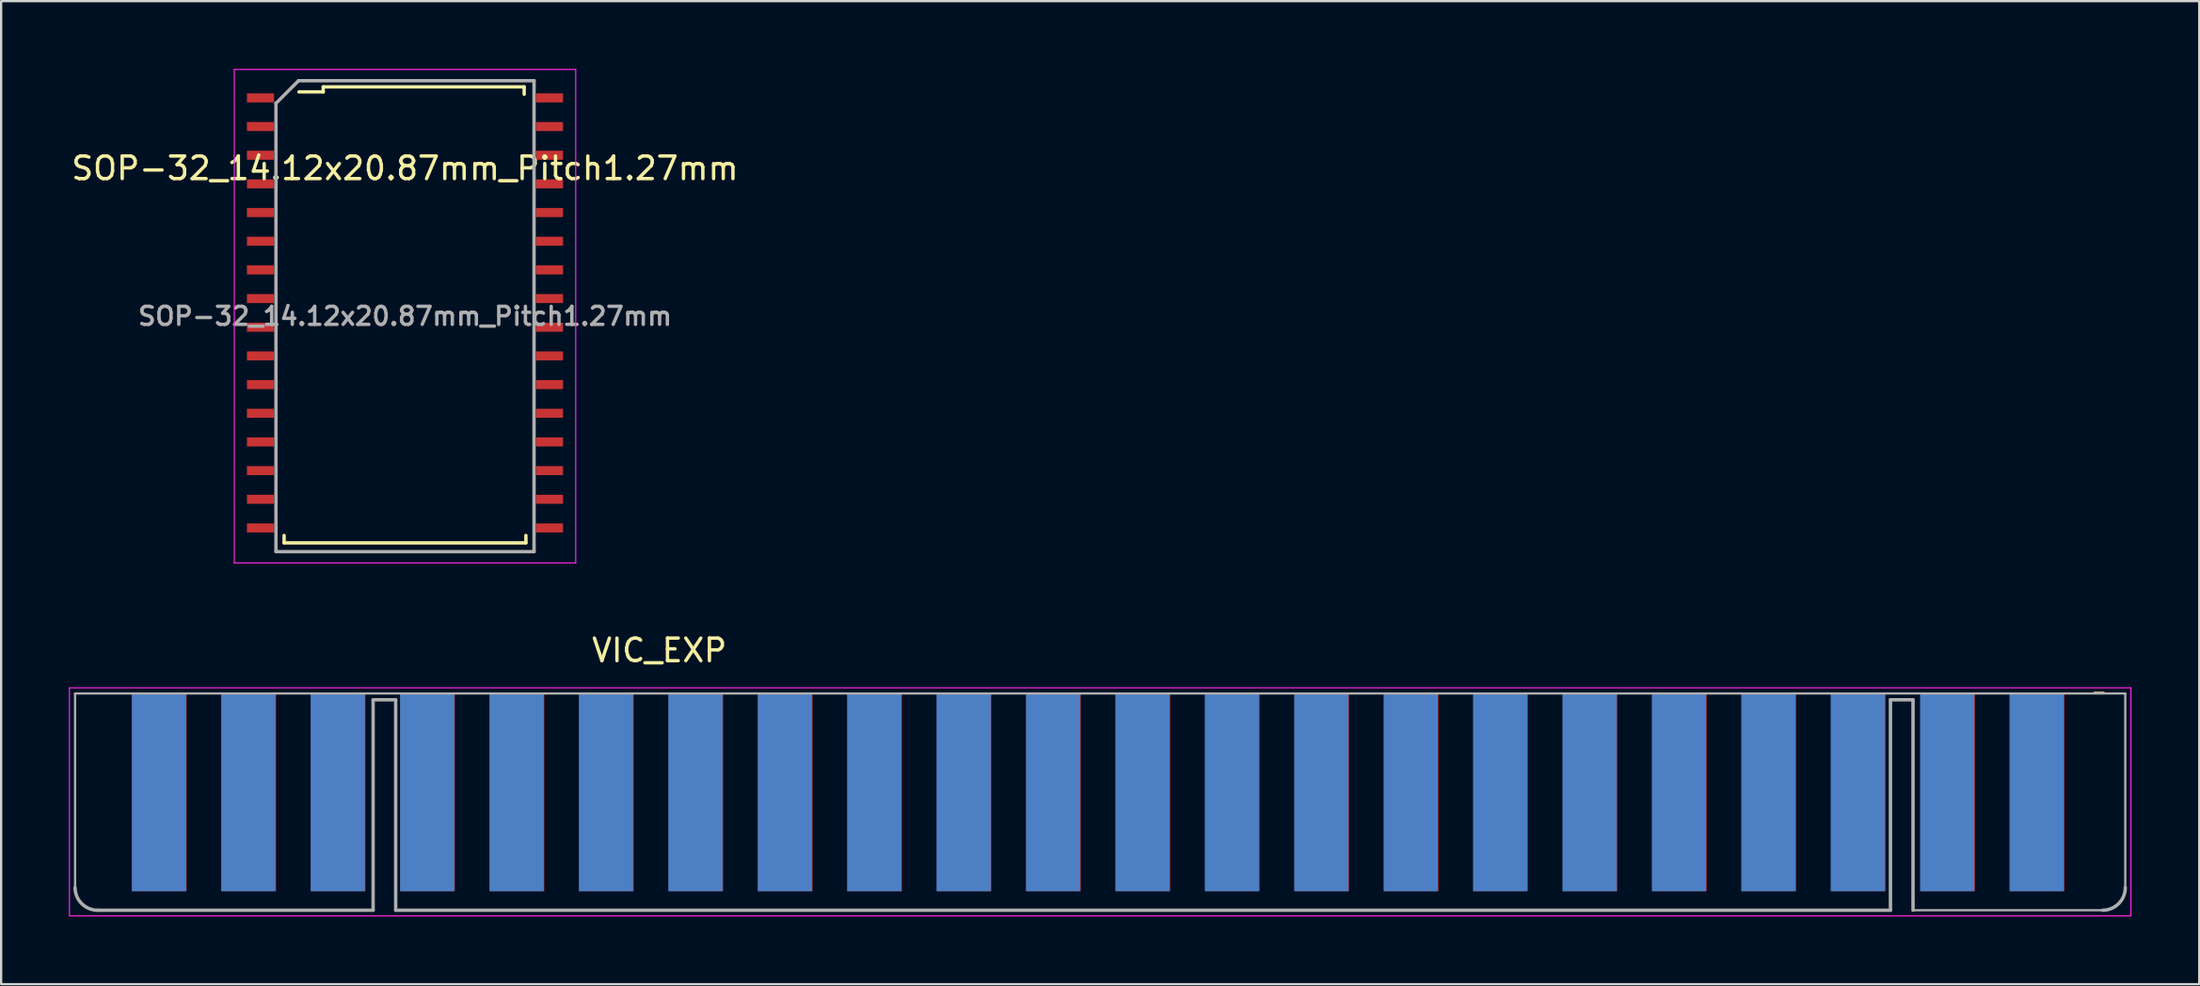
<source format=kicad_pcb>
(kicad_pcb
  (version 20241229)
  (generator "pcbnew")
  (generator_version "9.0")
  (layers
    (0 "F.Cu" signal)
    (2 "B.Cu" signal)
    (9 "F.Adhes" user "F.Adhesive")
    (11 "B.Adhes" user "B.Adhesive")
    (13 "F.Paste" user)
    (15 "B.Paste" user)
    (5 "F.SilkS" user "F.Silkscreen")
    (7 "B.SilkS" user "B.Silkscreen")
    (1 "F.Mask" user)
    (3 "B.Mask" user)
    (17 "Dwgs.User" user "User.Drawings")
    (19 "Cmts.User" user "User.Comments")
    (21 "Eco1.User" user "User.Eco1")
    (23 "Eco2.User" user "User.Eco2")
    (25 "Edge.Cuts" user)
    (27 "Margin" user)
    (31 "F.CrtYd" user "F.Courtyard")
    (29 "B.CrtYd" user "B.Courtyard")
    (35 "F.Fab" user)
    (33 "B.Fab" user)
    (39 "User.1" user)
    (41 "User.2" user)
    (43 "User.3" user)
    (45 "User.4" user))
  (footprint "VIC_EXP"
    (layer "F.Cu")
    (at 87.115 32.748)
    (property "Reference" "VIC_EXP" (at -60.96 -6.99 0) (layer "F.SilkS") (effects (font (size 1 1) (thickness 0.15))))
    (attr exclude_from_pos_files exclude_from_bom)
    (fp_line (start 2.6 -5.1) (end 3 -5.1) (stroke (width 0.12) (type solid)) (layer "F.SilkS"))
    (fp_line (start -87.09 -5.33) (end -87.09 4.77) (stroke (width 0.05) (type solid)) (layer "F.CrtYd"))
    (fp_line (start -87.09 -5.33) (end 4.21 -5.33) (stroke (width 0.05) (type solid)) (layer "F.CrtYd"))
    (fp_line (start 4.21 4.77) (end -87.09 4.77) (stroke (width 0.05) (type solid)) (layer "F.CrtYd"))
    (fp_line (start 4.21 4.77) (end 4.21 -5.33) (stroke (width 0.05) (type solid)) (layer "F.CrtYd"))
    (fp_line (start -86.84 -5.08) (end 3.96 -5.08) (stroke (width 0.1) (type solid)) (layer "F.Fab"))
    (fp_line (start -86.84 3.52) (end -86.84 -5.08) (stroke (width 0.1) (type solid)) (layer "F.Fab"))
    (fp_line (start -73.64 -4.8) (end -73.64 4.52) (stroke (width 0.15) (type solid)) (layer "F.Fab"))
    (fp_line (start -73.64 4.52) (end -85.84 4.52) (stroke (width 0.15) (type solid)) (layer "F.Fab"))
    (fp_line (start -72.64 -4.8) (end -73.64 -4.8) (stroke (width 0.15) (type solid)) (layer "F.Fab"))
    (fp_line (start -72.64 4.52) (end -72.64 -4.8) (stroke (width 0.15) (type solid)) (layer "F.Fab"))
    (fp_line (start -6.44 -4.8) (end -6.44 4.52) (stroke (width 0.15) (type solid)) (layer "F.Fab"))
    (fp_line (start -6.44 4.52) (end -72.64 4.52) (stroke (width 0.15) (type solid)) (layer "F.Fab"))
    (fp_line (start -5.44 -4.8) (end -6.44 -4.8) (stroke (width 0.15) (type solid)) (layer "F.Fab"))
    (fp_line (start -5.44 4.52) (end -5.44 -4.8) (stroke (width 0.15) (type solid)) (layer "F.Fab"))
    (fp_line (start 2.96 4.52) (end -5.44 4.52) (stroke (width 0.1) (type solid)) (layer "F.Fab"))
    (fp_line (start 3.96 -5.08) (end 3.96 3.52) (stroke (width 0.1) (type solid)) (layer "F.Fab"))
    (fp_arc (start -85.84 4.52) (mid -86.547107 4.227107) (end -86.84 3.52) (stroke (width 0.15) (type solid)) (layer "F.Fab"))
    (fp_arc (start 3.96 3.52) (mid 3.667107 4.227107) (end 2.96 4.52) (stroke (width 0.15) (type solid)) (layer "F.Fab"))
    (pad "1" connect rect (at 0.059 -0.724) (size 2.4 8.8) (layers "F.Cu" "F.Mask"))
    (pad "2" connect rect (at -3.901 -0.724) (size 2.4 8.8) (layers "F.Cu" "F.Mask"))
    (pad "3" connect rect (at -7.861 -0.724) (size 2.4 8.8) (layers "F.Cu" "F.Mask"))
    (pad "4" connect rect (at -11.821 -0.724) (size 2.4 8.8) (layers "F.Cu" "F.Mask"))
    (pad "5" connect rect (at -15.781 -0.724) (size 2.4 8.8) (layers "F.Cu" "F.Mask"))
    (pad "6" connect rect (at -19.741 -0.724) (size 2.4 8.8) (layers "F.Cu" "F.Mask"))
    (pad "7" connect rect (at -23.701 -0.724) (size 2.4 8.8) (layers "F.Cu" "F.Mask"))
    (pad "8" connect rect (at -27.661 -0.724) (size 2.4 8.8) (layers "F.Cu" "F.Mask"))
    (pad "9" connect rect (at -31.621 -0.724) (size 2.4 8.8) (layers "F.Cu" "F.Mask"))
    (pad "10" connect rect (at -35.581 -0.724) (size 2.4 8.8) (layers "F.Cu" "F.Mask"))
    (pad "11" connect rect (at -39.541 -0.724) (size 2.4 8.8) (layers "F.Cu" "F.Mask"))
    (pad "12" connect rect (at -43.501 -0.724) (size 2.4 8.8) (layers "F.Cu" "F.Mask"))
    (pad "13" connect rect (at -47.461 -0.724) (size 2.4 8.8) (layers "F.Cu" "F.Mask"))
    (pad "14" connect rect (at -51.421 -0.724) (size 2.4 8.8) (layers "F.Cu" "F.Mask"))
    (pad "15" connect rect (at -55.381 -0.724) (size 2.4 8.8) (layers "F.Cu" "F.Mask"))
    (pad "16" connect rect (at -59.341 -0.724) (size 2.4 8.8) (layers "F.Cu" "F.Mask"))
    (pad "17" connect rect (at -63.301 -0.724) (size 2.4 8.8) (layers "F.Cu" "F.Mask"))
    (pad "18" connect rect (at -67.261 -0.724) (size 2.4 8.8) (layers "F.Cu" "F.Mask"))
    (pad "19" connect rect (at -71.221 -0.724) (size 2.4 8.8) (layers "F.Cu" "F.Mask"))
    (pad "20" connect rect (at -75.181 -0.724) (size 2.4 8.8) (layers "F.Cu" "F.Mask"))
    (pad "21" connect rect (at -79.141 -0.724) (size 2.4 8.8) (layers "F.Cu" "F.Mask"))
    (pad "22" connect rect (at -83.101 -0.724) (size 2.4 8.8) (layers "F.Cu" "F.Mask"))
    (pad "A" connect rect (at 0.033 -0.719) (size 2.4 8.8) (layers "B.Cu" "B.Mask"))
    (pad "B" connect rect (at -3.927 -0.719) (size 2.4 8.8) (layers "B.Cu" "B.Mask"))
    (pad "C" connect rect (at -7.887 -0.719) (size 2.4 8.8) (layers "B.Cu" "B.Mask"))
    (pad "D" connect rect (at -11.847 -0.719) (size 2.4 8.8) (layers "B.Cu" "B.Mask"))
    (pad "E" connect rect (at -15.807 -0.719) (size 2.4 8.8) (layers "B.Cu" "B.Mask"))
    (pad "F" connect rect (at -19.767 -0.719) (size 2.4 8.8) (layers "B.Cu" "B.Mask"))
    (pad "H" connect rect (at -23.727 -0.719) (size 2.4 8.8) (layers "B.Cu" "B.Mask"))
    (pad "J" connect rect (at -27.687 -0.719) (size 2.4 8.8) (layers "B.Cu" "B.Mask"))
    (pad "K" connect rect (at -31.647 -0.719) (size 2.4 8.8) (layers "B.Cu" "B.Mask"))
    (pad "L" connect rect (at -35.607 -0.719) (size 2.4 8.8) (layers "B.Cu" "B.Mask"))
    (pad "M" connect rect (at -39.567 -0.719) (size 2.4 8.8) (layers "B.Cu" "B.Mask"))
    (pad "N" connect rect (at -43.527 -0.719) (size 2.4 8.8) (layers "B.Cu" "B.Mask"))
    (pad "P" connect rect (at -47.487 -0.719) (size 2.4 8.8) (layers "B.Cu" "B.Mask"))
    (pad "R" connect rect (at -51.447 -0.719) (size 2.4 8.8) (layers "B.Cu" "B.Mask"))
    (pad "S" connect rect (at -55.407 -0.719) (size 2.4 8.8) (layers "B.Cu" "B.Mask"))
    (pad "T" connect rect (at -59.367 -0.719) (size 2.4 8.8) (layers "B.Cu" "B.Mask"))
    (pad "U" connect rect (at -63.327 -0.719) (size 2.4 8.8) (layers "B.Cu" "B.Mask"))
    (pad "V" connect rect (at -67.287 -0.719) (size 2.4 8.8) (layers "B.Cu" "B.Mask"))
    (pad "W" connect rect (at -71.247 -0.719) (size 2.4 8.8) (layers "B.Cu" "B.Mask"))
    (pad "X" connect rect (at -75.207 -0.719) (size 2.4 8.8) (layers "B.Cu" "B.Mask"))
    (pad "Y" connect rect (at -79.167 -0.719) (size 2.4 8.8) (layers "B.Cu" "B.Mask"))
    (pad "Z" connect rect (at -83.127 -0.719) (size 2.4 8.8) (layers "B.Cu" "B.Mask")))
  (footprint "SOP-32_14.12x20.87mm_Pitch1.27mm"
    (layer "F.Cu")
    (at 14.887 10.955)
    (property "Reference" "SOP-32_14.12x20.87mm_Pitch1.27mm" (at 0 -6.55 0) (layer "F.SilkS") (effects (font (size 1 1) (thickness 0.15))))
    (attr smd)
    (fp_line (start -5.354 10.04) (end -5.354 9.715) (stroke (width 0.15) (type solid)) (layer "F.SilkS"))
    (fp_line (start -5.354 10.04) (end 5.354 10.04) (stroke (width 0.15) (type solid)) (layer "F.SilkS"))
    (fp_line (start -3.622 -10.159) (end -3.622 -9.934) (stroke (width 0.15) (type solid)) (layer "F.SilkS"))
    (fp_line (start -3.622 -10.156) (end 5.276 -10.156) (stroke (width 0.15) (type solid)) (layer "F.SilkS"))
    (fp_line (start -3.622 -9.934) (end -4.697 -9.934) (stroke (width 0.15) (type solid)) (layer "F.SilkS"))
    (fp_line (start 5.278 -10.156) (end 5.278 -9.831) (stroke (width 0.15) (type solid)) (layer "F.SilkS"))
    (fp_line (start 5.354 10.04) (end 5.354 9.715) (stroke (width 0.15) (type solid)) (layer "F.SilkS"))
    (fp_line (start -7.56 -10.93) (end -7.56 10.93) (stroke (width 0.05) (type solid)) (layer "F.CrtYd"))
    (fp_line (start -7.56 -10.93) (end 7.56 -10.93) (stroke (width 0.05) (type solid)) (layer "F.CrtYd"))
    (fp_line (start -7.56 10.93) (end 7.56 10.93) (stroke (width 0.05) (type solid)) (layer "F.CrtYd"))
    (fp_line (start 7.56 -10.93) (end 7.56 10.93) (stroke (width 0.05) (type solid)) (layer "F.CrtYd"))
    (fp_line (start -5.715 -9.43) (end -4.715 -10.43) (stroke (width 0.15) (type solid)) (layer "F.Fab"))
    (fp_line (start -5.715 10.43) (end -5.715 -9.43) (stroke (width 0.15) (type solid)) (layer "F.Fab"))
    (fp_line (start -4.715 -10.43) (end 5.715 -10.43) (stroke (width 0.15) (type solid)) (layer "F.Fab"))
    (fp_line (start 5.715 -10.43) (end 5.715 10.43) (stroke (width 0.15) (type solid)) (layer "F.Fab"))
    (fp_line (start 5.715 10.43) (end -5.715 10.43) (stroke (width 0.15) (type solid)) (layer "F.Fab"))
    (fp_text user "${REFERENCE}" (at 0 0 0) (layer "F.Fab") (effects (font (size 0.8 0.8) (thickness 0.15))))
    (pad "1" smd rect (at -6.4 -9.67) (size 1.2 0.4) (layers "F.Cu" "F.Mask" "F.Paste"))
    (pad "2" smd rect (at -6.4 -8.4) (size 1.2 0.4) (layers "F.Cu" "F.Mask" "F.Paste"))
    (pad "3" smd rect (at -6.4 -7.13) (size 1.2 0.4) (layers "F.Cu" "F.Mask" "F.Paste"))
    (pad "4" smd rect (at -6.4 -5.86) (size 1.2 0.4) (layers "F.Cu" "F.Mask" "F.Paste"))
    (pad "5" smd rect (at -6.4 -4.59) (size 1.2 0.4) (layers "F.Cu" "F.Mask" "F.Paste"))
    (pad "6" smd rect (at -6.4 -3.32) (size 1.2 0.4) (layers "F.Cu" "F.Mask" "F.Paste"))
    (pad "7" smd rect (at -6.4 -2.05) (size 1.2 0.4) (layers "F.Cu" "F.Mask" "F.Paste"))
    (pad "8" smd rect (at -6.4 -0.78) (size 1.2 0.4) (layers "F.Cu" "F.Mask" "F.Paste"))
    (pad "9" smd rect (at -6.4 0.49) (size 1.2 0.4) (layers "F.Cu" "F.Mask" "F.Paste"))
    (pad "10" smd rect (at -6.4 1.76) (size 1.2 0.4) (layers "F.Cu" "F.Mask" "F.Paste"))
    (pad "11" smd rect (at -6.4 3.03) (size 1.2 0.4) (layers "F.Cu" "F.Mask" "F.Paste"))
    (pad "12" smd rect (at -6.4 4.3) (size 1.2 0.4) (layers "F.Cu" "F.Mask" "F.Paste"))
    (pad "13" smd rect (at -6.4 5.57) (size 1.2 0.4) (layers "F.Cu" "F.Mask" "F.Paste"))
    (pad "14" smd rect (at -6.4 6.84) (size 1.2 0.4) (layers "F.Cu" "F.Mask" "F.Paste"))
    (pad "15" smd rect (at -6.4 8.11) (size 1.2 0.4) (layers "F.Cu" "F.Mask" "F.Paste"))
    (pad "16" smd rect (at -6.4 9.38) (size 1.2 0.4) (layers "F.Cu" "F.Mask" "F.Paste"))
    (pad "17" smd rect (at 6.4 9.38) (size 1.2 0.4) (layers "F.Cu" "F.Mask" "F.Paste"))
    (pad "18" smd rect (at 6.4 8.11) (size 1.2 0.4) (layers "F.Cu" "F.Mask" "F.Paste"))
    (pad "19" smd rect (at 6.4 6.84) (size 1.2 0.4) (layers "F.Cu" "F.Mask" "F.Paste"))
    (pad "20" smd rect (at 6.4 5.57) (size 1.2 0.4) (layers "F.Cu" "F.Mask" "F.Paste"))
    (pad "21" smd rect (at 6.4 4.3) (size 1.2 0.4) (layers "F.Cu" "F.Mask" "F.Paste"))
    (pad "22" smd rect (at 6.4 3.03) (size 1.2 0.4) (layers "F.Cu" "F.Mask" "F.Paste"))
    (pad "23" smd rect (at 6.4 1.76) (size 1.2 0.4) (layers "F.Cu" "F.Mask" "F.Paste"))
    (pad "24" smd rect (at 6.4 0.49) (size 1.2 0.4) (layers "F.Cu" "F.Mask" "F.Paste"))
    (pad "25" smd rect (at 6.4 -0.78) (size 1.2 0.4) (layers "F.Cu" "F.Mask" "F.Paste"))
    (pad "26" smd rect (at 6.4 -2.05) (size 1.2 0.4) (layers "F.Cu" "F.Mask" "F.Paste"))
    (pad "27" smd rect (at 6.4 -3.32) (size 1.2 0.4) (layers "F.Cu" "F.Mask" "F.Paste"))
    (pad "28" smd rect (at 6.4 -4.59) (size 1.2 0.4) (layers "F.Cu" "F.Mask" "F.Paste"))
    (pad "29" smd rect (at 6.4 -5.86) (size 1.2 0.4) (layers "F.Cu" "F.Mask" "F.Paste"))
    (pad "30" smd rect (at 6.4 -7.13) (size 1.2 0.4) (layers "F.Cu" "F.Mask" "F.Paste"))
    (pad "31" smd rect (at 6.4 -8.4) (size 1.2 0.4) (layers "F.Cu" "F.Mask" "F.Paste"))
    (pad "32" smd rect (at 6.4 -9.67) (size 1.2 0.4) (layers "F.Cu" "F.Mask" "F.Paste")))
  (gr_rect
    (start -3 -3)
    (end 94.35 40.543)
    (stroke (width 0.1) (type default))
    (fill no)
    (layer "Edge.Cuts")))
</source>
